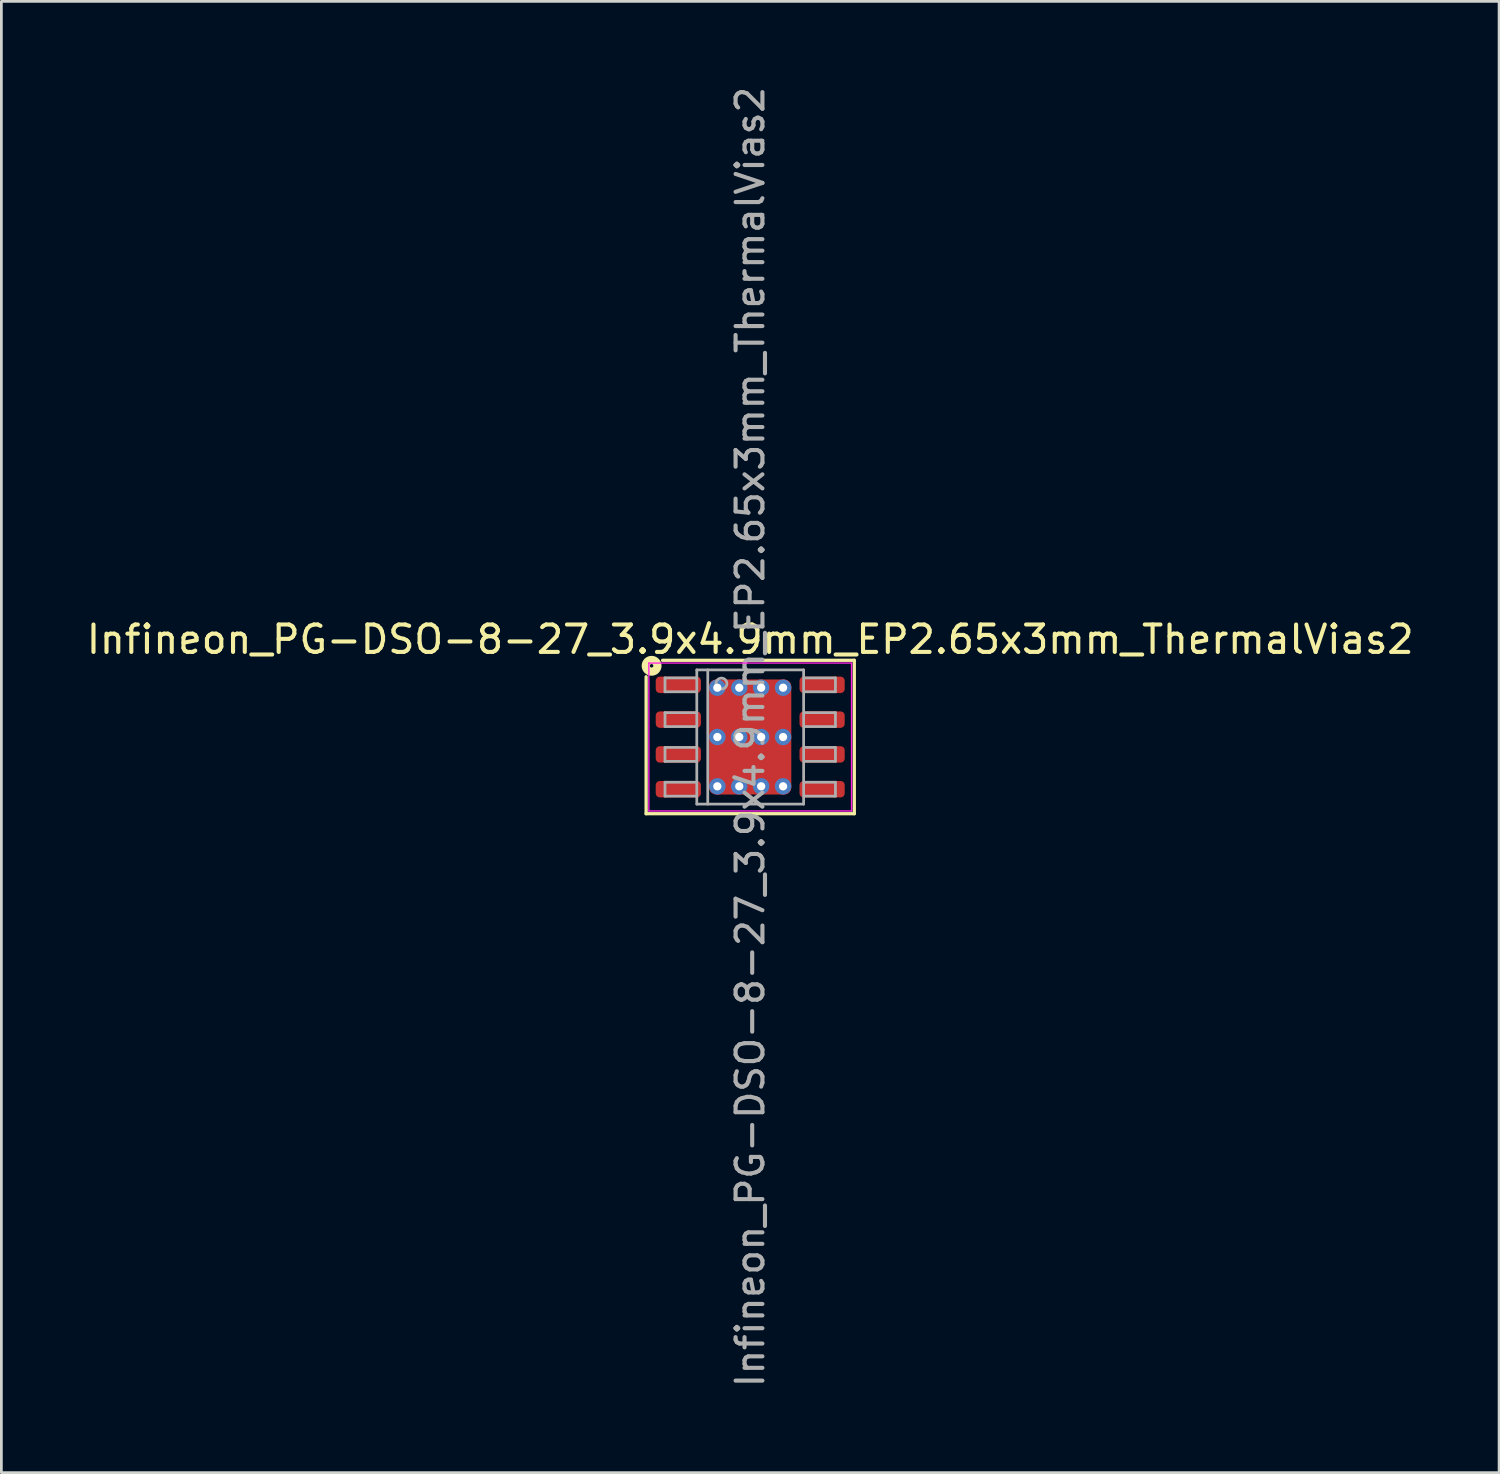
<source format=kicad_pcb>
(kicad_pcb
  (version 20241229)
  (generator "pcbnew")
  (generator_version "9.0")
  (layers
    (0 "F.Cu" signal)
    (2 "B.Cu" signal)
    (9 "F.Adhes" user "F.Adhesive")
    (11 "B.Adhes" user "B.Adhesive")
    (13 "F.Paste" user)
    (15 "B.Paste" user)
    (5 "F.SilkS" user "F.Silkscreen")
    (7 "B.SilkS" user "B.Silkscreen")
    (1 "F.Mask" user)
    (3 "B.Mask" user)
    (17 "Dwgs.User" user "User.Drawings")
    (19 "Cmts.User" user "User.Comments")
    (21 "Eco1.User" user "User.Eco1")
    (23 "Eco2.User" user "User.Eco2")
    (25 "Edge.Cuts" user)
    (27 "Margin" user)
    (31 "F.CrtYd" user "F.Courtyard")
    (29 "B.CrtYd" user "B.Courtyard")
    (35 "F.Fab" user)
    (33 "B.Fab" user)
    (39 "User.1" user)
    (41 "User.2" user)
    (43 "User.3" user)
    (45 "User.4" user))
  (footprint "Infineon_PG-DSO-8-27_3.9x4.9mm_EP2.65x3mm_ThermalVias2"
    (layer "F.Cu")
    (at 24.339 23.857)
    (property "Reference" "Infineon_PG-DSO-8-27_3.9x4.9mm_EP2.65x3mm_ThermalVias2" (at 0 -3.562 0) (layer "F.SilkS") (effects (font (size 1 1) (thickness 0.15))))
    (attr smd)
    (fp_line (start -3.8 2.8) (end -3.8 -2.2) (stroke (width 0.12) (type solid)) (layer "F.SilkS"))
    (fp_line (start -3.2 -2.8) (end 3.8 -2.8) (stroke (width 0.12) (type solid)) (layer "F.SilkS"))
    (fp_line (start 3.8 -2.8) (end 3.8 2.8) (stroke (width 0.12) (type solid)) (layer "F.SilkS"))
    (fp_line (start 3.8 2.8) (end -3.8 2.8) (stroke (width 0.12) (type solid)) (layer "F.SilkS"))
    (fp_circle (center -3.6 -2.6) (end -3.537 -2.6) (stroke (width 0.3) (type solid)) (fill no) (layer "F.SilkS"))
    (fp_line (start -3.7 -2.7) (end -3.7 2.7) (stroke (width 0.05) (type solid)) (layer "F.CrtYd"))
    (fp_line (start -3.7 2.7) (end 3.7 2.7) (stroke (width 0.05) (type solid)) (layer "F.CrtYd"))
    (fp_line (start 3.7 -2.7) (end -3.7 -2.7) (stroke (width 0.05) (type solid)) (layer "F.CrtYd"))
    (fp_line (start 3.7 2.7) (end 3.7 -2.7) (stroke (width 0.05) (type solid)) (layer "F.CrtYd"))
    (fp_line (start -3.111 -2.159) (end -3.111 -1.651) (stroke (width 0.1) (type solid)) (layer "F.Fab"))
    (fp_line (start -3.111 -2.159) (end -1.968 -2.159) (stroke (width 0.1) (type solid)) (layer "F.Fab"))
    (fp_line (start -3.111 -1.651) (end -1.968 -1.651) (stroke (width 0.1) (type solid)) (layer "F.Fab"))
    (fp_line (start -3.111 -0.889) (end -3.111 -0.381) (stroke (width 0.1) (type solid)) (layer "F.Fab"))
    (fp_line (start -3.111 -0.889) (end -1.968 -0.889) (stroke (width 0.1) (type solid)) (layer "F.Fab"))
    (fp_line (start -3.111 -0.381) (end -1.968 -0.381) (stroke (width 0.1) (type solid)) (layer "F.Fab"))
    (fp_line (start -3.111 0.381) (end -3.111 0.889) (stroke (width 0.1) (type solid)) (layer "F.Fab"))
    (fp_line (start -3.111 0.381) (end -1.968 0.381) (stroke (width 0.1) (type solid)) (layer "F.Fab"))
    (fp_line (start -3.111 0.889) (end -1.968 0.889) (stroke (width 0.1) (type solid)) (layer "F.Fab"))
    (fp_line (start -3.111 1.651) (end -3.111 2.159) (stroke (width 0.1) (type solid)) (layer "F.Fab"))
    (fp_line (start -3.111 1.651) (end -1.968 1.651) (stroke (width 0.1) (type solid)) (layer "F.Fab"))
    (fp_line (start -3.111 2.159) (end -1.968 2.159) (stroke (width 0.1) (type solid)) (layer "F.Fab"))
    (fp_line (start -1.95 -2.45) (end 1.95 -2.45) (stroke (width 0.1) (type solid)) (layer "F.Fab"))
    (fp_line (start -1.95 2.45) (end -1.95 -2.45) (stroke (width 0.1) (type solid)) (layer "F.Fab"))
    (fp_line (start -1.55 -2.45) (end -1.55 2.45) (stroke (width 0.1) (type solid)) (layer "F.Fab"))
    (fp_line (start 1.95 -2.45) (end 1.95 2.45) (stroke (width 0.1) (type solid)) (layer "F.Fab"))
    (fp_line (start 1.95 2.45) (end -1.95 2.45) (stroke (width 0.1) (type solid)) (layer "F.Fab"))
    (fp_line (start 3.111 -2.159) (end 1.968 -2.159) (stroke (width 0.1) (type solid)) (layer "F.Fab"))
    (fp_line (start 3.111 -1.651) (end 1.968 -1.651) (stroke (width 0.1) (type solid)) (layer "F.Fab"))
    (fp_line (start 3.111 -1.651) (end 3.111 -2.159) (stroke (width 0.1) (type solid)) (layer "F.Fab"))
    (fp_line (start 3.111 -0.889) (end 1.968 -0.889) (stroke (width 0.1) (type solid)) (layer "F.Fab"))
    (fp_line (start 3.111 -0.381) (end 1.968 -0.381) (stroke (width 0.1) (type solid)) (layer "F.Fab"))
    (fp_line (start 3.111 -0.381) (end 3.111 -0.889) (stroke (width 0.1) (type solid)) (layer "F.Fab"))
    (fp_line (start 3.111 0.381) (end 1.968 0.381) (stroke (width 0.1) (type solid)) (layer "F.Fab"))
    (fp_line (start 3.111 0.889) (end 1.968 0.889) (stroke (width 0.1) (type solid)) (layer "F.Fab"))
    (fp_line (start 3.111 0.889) (end 3.111 0.381) (stroke (width 0.1) (type solid)) (layer "F.Fab"))
    (fp_line (start 3.111 1.651) (end 1.968 1.651) (stroke (width 0.1) (type solid)) (layer "F.Fab"))
    (fp_line (start 3.111 2.159) (end 1.968 2.159) (stroke (width 0.1) (type solid)) (layer "F.Fab"))
    (fp_line (start 3.111 2.159) (end 3.111 1.651) (stroke (width 0.1) (type solid)) (layer "F.Fab"))
    (fp_circle (center -1.05 -1.95) (end -0.85 -1.95) (stroke (width 0.1) (type solid)) (fill no) (layer "F.Fab"))
    (fp_text user "${REFERENCE}" (at 0 0 90) (layer "F.Fab") (effects (font (size 0.98 0.98) (thickness 0.15))))
    (pad "" smd roundrect (at -0.625 -0.9) (size 1.05 0.9) (layers "F.Paste") (roundrect_rratio 0.234))
    (pad "" smd roundrect (at -0.625 0.9) (size 1.05 0.9) (layers "F.Paste") (roundrect_rratio 0.234))
    (pad "" smd roundrect (at 0 -0.9) (size 2.65 1.2) (layers "F.Mask") (roundrect_rratio 0.208))
    (pad "" smd roundrect (at 0 0.9) (size 2.65 1.2) (layers "F.Mask") (roundrect_rratio 0.208))
    (pad "" smd roundrect (at 0.625 -0.9) (size 1.05 0.9) (layers "F.Paste") (roundrect_rratio 0.234))
    (pad "" smd roundrect (at 0.625 0.9) (size 1.05 0.9) (layers "F.Paste") (roundrect_rratio 0.234))
    (pad "1" smd roundrect (at -2.625 -1.905) (size 1.65 0.6) (layers "F.Cu" "F.Mask" "F.Paste") (roundrect_rratio 0.25))
    (pad "2" smd roundrect (at -2.625 -0.635) (size 1.65 0.6) (layers "F.Cu" "F.Mask" "F.Paste") (roundrect_rratio 0.25))
    (pad "3" smd roundrect (at -2.625 0.635) (size 1.65 0.6) (layers "F.Cu" "F.Mask" "F.Paste") (roundrect_rratio 0.25))
    (pad "4" smd roundrect (at -2.625 1.905) (size 1.65 0.6) (layers "F.Cu" "F.Mask" "F.Paste") (roundrect_rratio 0.25))
    (pad "5" smd roundrect (at 2.625 1.905) (size 1.65 0.6) (layers "F.Cu" "F.Mask" "F.Paste") (roundrect_rratio 0.25))
    (pad "6" smd roundrect (at 2.625 0.635) (size 1.65 0.6) (layers "F.Cu" "F.Mask" "F.Paste") (roundrect_rratio 0.25))
    (pad "7" smd roundrect (at 2.625 -0.635) (size 1.65 0.6) (layers "F.Cu" "F.Mask" "F.Paste") (roundrect_rratio 0.25))
    (pad "8" smd roundrect (at 2.625 -1.905) (size 1.65 0.6) (layers "F.Cu" "F.Mask" "F.Paste") (roundrect_rratio 0.25))
    (pad "9" thru_hole circle (at -1.2 -1.8) (size 0.6 0.6) (drill 0.3) (property pad_prop_heatsink) (layers "*.Cu" "*.Mask"))
    (pad "9" thru_hole circle (at -1.2 0) (size 0.6 0.6) (drill 0.3) (property pad_prop_heatsink) (layers "*.Cu" "*.Mask"))
    (pad "9" thru_hole circle (at -1.2 1.8) (size 0.6 0.6) (drill 0.3) (property pad_prop_heatsink) (layers "*.Cu" "*.Mask"))
    (pad "9" thru_hole circle (at -0.4 -1.8) (size 0.6 0.6) (drill 0.3) (property pad_prop_heatsink) (layers "*.Cu" "*.Mask"))
    (pad "9" thru_hole circle (at -0.4 0) (size 0.6 0.6) (drill 0.3) (property pad_prop_heatsink) (layers "*.Cu" "*.Mask"))
    (pad "9" thru_hole circle (at -0.4 1.8) (size 0.6 0.6) (drill 0.3) (property pad_prop_heatsink) (layers "*.Cu" "*.Mask"))
    (pad "9" smd roundrect (at 0 0) (size 3 4.2) (layers "F.Cu") (roundrect_rratio 0.083))
    (pad "9" thru_hole circle (at 0.4 -1.8) (size 0.6 0.6) (drill 0.3) (property pad_prop_heatsink) (layers "*.Cu" "*.Mask"))
    (pad "9" thru_hole circle (at 0.4 0) (size 0.6 0.6) (drill 0.3) (property pad_prop_heatsink) (layers "*.Cu" "*.Mask"))
    (pad "9" thru_hole circle (at 0.4 1.8) (size 0.6 0.6) (drill 0.3) (property pad_prop_heatsink) (layers "*.Cu" "*.Mask"))
    (pad "9" thru_hole circle (at 1.2 -1.8) (size 0.6 0.6) (drill 0.3) (property pad_prop_heatsink) (layers "*.Cu" "*.Mask"))
    (pad "9" thru_hole circle (at 1.2 0) (size 0.6 0.6) (drill 0.3) (property pad_prop_heatsink) (layers "*.Cu" "*.Mask"))
    (pad "9" thru_hole circle (at 1.2 1.8) (size 0.6 0.6) (drill 0.3) (property pad_prop_heatsink) (layers "*.Cu" "*.Mask")))
  (gr_rect
    (start -3 -3)
    (end 51.679 50.714)
    (stroke (width 0.1) (type default))
    (fill no)
    (layer "Edge.Cuts")))
</source>
